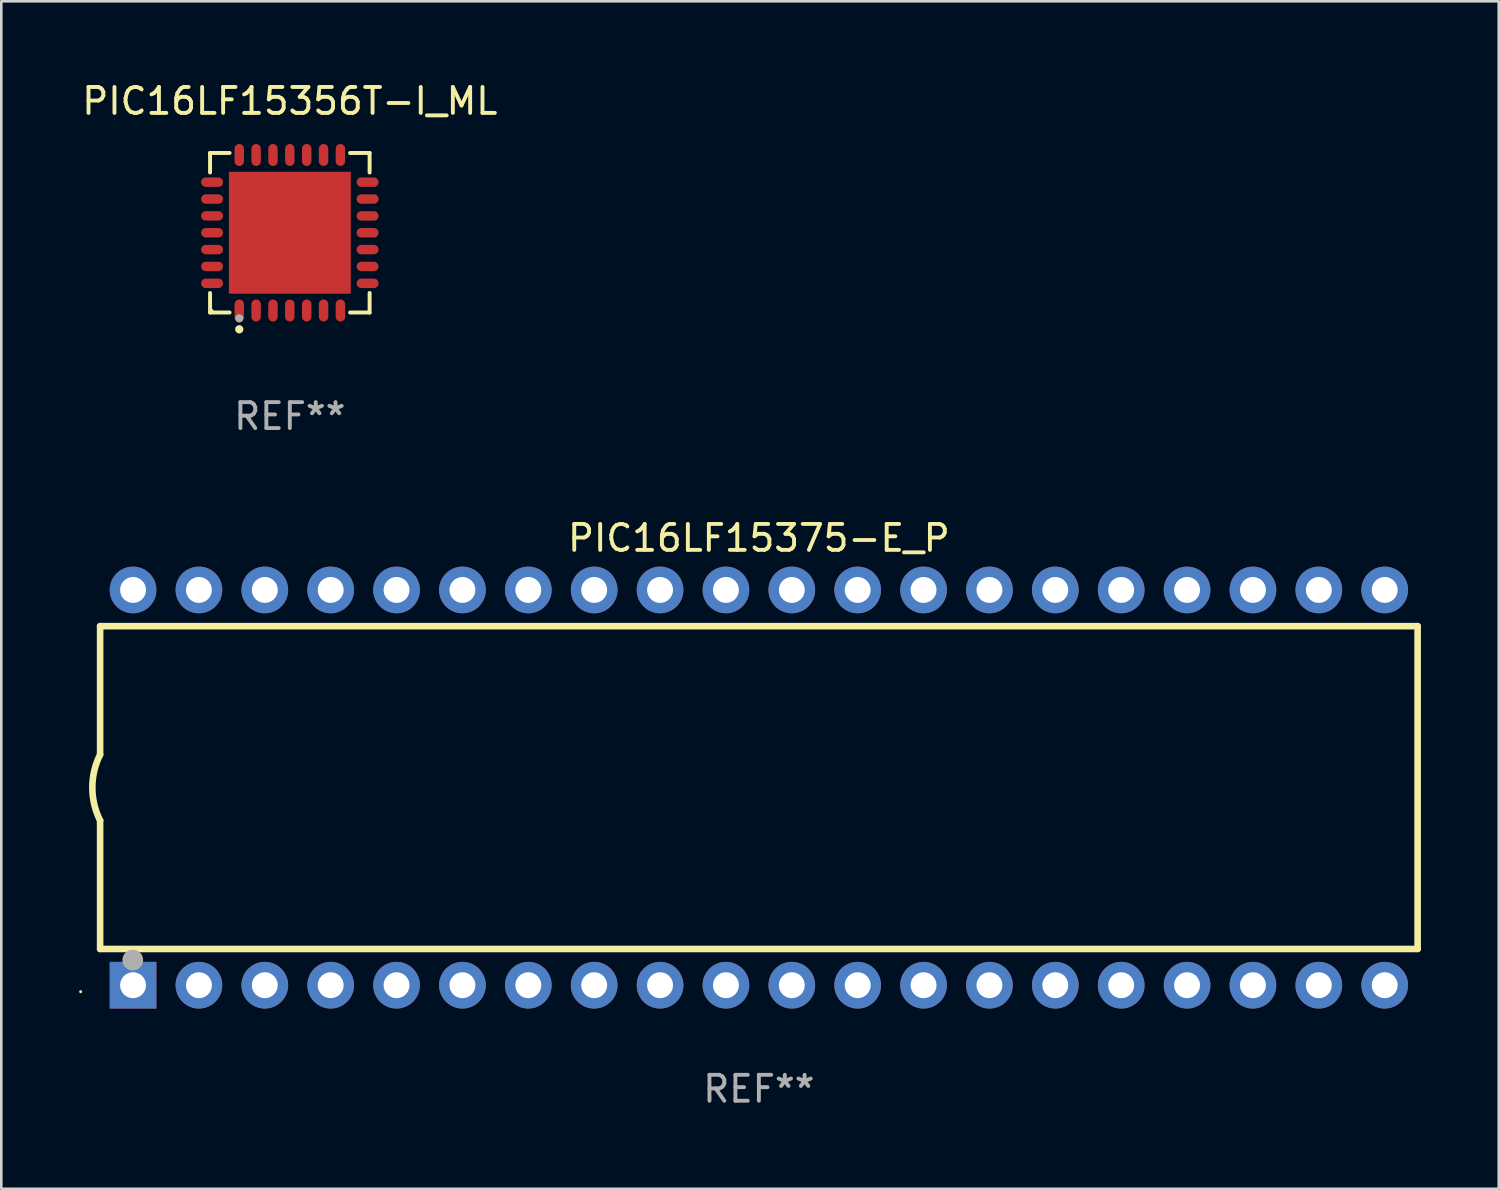
<source format=kicad_pcb>
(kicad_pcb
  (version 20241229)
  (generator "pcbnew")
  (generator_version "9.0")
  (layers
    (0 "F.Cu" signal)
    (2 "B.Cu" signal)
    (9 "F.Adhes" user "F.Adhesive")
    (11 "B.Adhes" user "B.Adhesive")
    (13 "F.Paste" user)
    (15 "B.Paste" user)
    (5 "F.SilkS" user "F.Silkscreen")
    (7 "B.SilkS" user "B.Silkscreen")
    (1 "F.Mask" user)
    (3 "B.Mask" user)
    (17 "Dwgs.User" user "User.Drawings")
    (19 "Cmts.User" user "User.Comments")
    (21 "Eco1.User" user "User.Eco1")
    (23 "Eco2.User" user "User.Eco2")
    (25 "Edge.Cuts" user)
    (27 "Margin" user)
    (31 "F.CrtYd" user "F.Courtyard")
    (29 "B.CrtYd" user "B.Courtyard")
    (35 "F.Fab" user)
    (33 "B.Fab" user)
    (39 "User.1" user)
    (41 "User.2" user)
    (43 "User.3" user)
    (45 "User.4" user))
  (footprint "PIC16LF15375-E_P"
    (layer "F.Cu")
    (at 26.21 27.317)
    (property "Reference" "PIC16LF15375-E_P" (at 0 -9.62 0) (layer "F.SilkS") (effects (font (size 1 1) (thickness 0.15))))
    (attr through_hole)
    (fp_line (start -25.4 -6.224) (end -25.4 -1.271) (stroke (width 0.254) (type solid)) (layer "F.SilkS"))
    (fp_line (start -25.4 -6.224) (end 25.4 -6.224) (stroke (width 0.254) (type solid)) (layer "F.SilkS"))
    (fp_line (start -25.4 1.269) (end -25.4 6.222) (stroke (width 0.254) (type solid)) (layer "F.SilkS"))
    (fp_line (start -25.4 6.222) (end 25.4 6.222) (stroke (width 0.254) (type solid)) (layer "F.SilkS"))
    (fp_line (start 25.4 6.222) (end 25.4 -6.224) (stroke (width 0.254) (type solid)) (layer "F.SilkS"))
    (fp_arc (start -25.4 1.269241) (mid -25.699807 -0.000762) (end -25.4 -1.270765) (stroke (width 0.254001) (type solid)) (layer "F.SilkS"))
    (fp_circle (center -26.15 7.87) (end -26.12 7.87) (stroke (width 0.06) (type solid)) (fill no) (layer "F.SilkS"))
    (fp_circle (center -24.14 6.65) (end -23.94 6.65) (stroke (width 0.4) (type solid)) (fill no) (layer "F.Fab"))
    (fp_text user "REF**" (at 0 11.62 0) (layer "F.Fab") (effects (font (size 1 1) (thickness 0.15))))
    (pad "1" thru_hole rect (at -24.13 7.62 90) (size 1.8 1.8) (drill 1) (layers "*.Cu" "*.Mask"))
    (pad "2" thru_hole circle (at -21.59 7.62) (size 1.8 1.8) (drill 1) (layers "*.Cu" "*.Mask"))
    (pad "3" thru_hole circle (at -19.05 7.62) (size 1.8 1.8) (drill 1) (layers "*.Cu" "*.Mask"))
    (pad "4" thru_hole circle (at -16.51 7.62) (size 1.8 1.8) (drill 1) (layers "*.Cu" "*.Mask"))
    (pad "5" thru_hole circle (at -13.97 7.62) (size 1.8 1.8) (drill 1) (layers "*.Cu" "*.Mask"))
    (pad "6" thru_hole circle (at -11.43 7.62) (size 1.8 1.8) (drill 1) (layers "*.Cu" "*.Mask"))
    (pad "7" thru_hole circle (at -8.89 7.62) (size 1.8 1.8) (drill 1) (layers "*.Cu" "*.Mask"))
    (pad "8" thru_hole circle (at -6.35 7.62) (size 1.8 1.8) (drill 1) (layers "*.Cu" "*.Mask"))
    (pad "9" thru_hole circle (at -3.81 7.62) (size 1.8 1.8) (drill 1) (layers "*.Cu" "*.Mask"))
    (pad "10" thru_hole circle (at -1.27 7.62) (size 1.8 1.8) (drill 1) (layers "*.Cu" "*.Mask"))
    (pad "11" thru_hole circle (at 1.27 7.62) (size 1.8 1.8) (drill 1) (layers "*.Cu" "*.Mask"))
    (pad "12" thru_hole circle (at 3.81 7.62) (size 1.8 1.8) (drill 1) (layers "*.Cu" "*.Mask"))
    (pad "13" thru_hole circle (at 6.35 7.62) (size 1.8 1.8) (drill 1) (layers "*.Cu" "*.Mask"))
    (pad "14" thru_hole circle (at 8.89 7.62) (size 1.8 1.8) (drill 1) (layers "*.Cu" "*.Mask"))
    (pad "15" thru_hole circle (at 11.43 7.62) (size 1.8 1.8) (drill 1) (layers "*.Cu" "*.Mask"))
    (pad "16" thru_hole circle (at 13.97 7.62) (size 1.8 1.8) (drill 1) (layers "*.Cu" "*.Mask"))
    (pad "17" thru_hole circle (at 16.51 7.62) (size 1.8 1.8) (drill 1) (layers "*.Cu" "*.Mask"))
    (pad "18" thru_hole circle (at 19.05 7.62) (size 1.8 1.8) (drill 1) (layers "*.Cu" "*.Mask"))
    (pad "19" thru_hole circle (at 21.59 7.62) (size 1.8 1.8) (drill 1) (layers "*.Cu" "*.Mask"))
    (pad "20" thru_hole circle (at 24.13 7.62) (size 1.8 1.8) (drill 1) (layers "*.Cu" "*.Mask"))
    (pad "21" thru_hole circle (at 24.13 -7.62) (size 1.8 1.8) (drill 1) (layers "*.Cu" "*.Mask"))
    (pad "22" thru_hole circle (at 21.59 -7.62) (size 1.8 1.8) (drill 1) (layers "*.Cu" "*.Mask"))
    (pad "23" thru_hole circle (at 19.05 -7.62) (size 1.8 1.8) (drill 1) (layers "*.Cu" "*.Mask"))
    (pad "24" thru_hole circle (at 16.51 -7.62) (size 1.8 1.8) (drill 1) (layers "*.Cu" "*.Mask"))
    (pad "25" thru_hole circle (at 13.97 -7.62) (size 1.8 1.8) (drill 1) (layers "*.Cu" "*.Mask"))
    (pad "26" thru_hole circle (at 11.43 -7.62) (size 1.8 1.8) (drill 1) (layers "*.Cu" "*.Mask"))
    (pad "27" thru_hole circle (at 8.89 -7.62) (size 1.8 1.8) (drill 1) (layers "*.Cu" "*.Mask"))
    (pad "28" thru_hole circle (at 6.35 -7.62) (size 1.8 1.8) (drill 1) (layers "*.Cu" "*.Mask"))
    (pad "29" thru_hole circle (at 3.81 -7.62) (size 1.8 1.8) (drill 1) (layers "*.Cu" "*.Mask"))
    (pad "30" thru_hole circle (at 1.27 -7.62) (size 1.8 1.8) (drill 1) (layers "*.Cu" "*.Mask"))
    (pad "31" thru_hole circle (at -1.27 -7.62) (size 1.8 1.8) (drill 1) (layers "*.Cu" "*.Mask"))
    (pad "32" thru_hole circle (at -3.81 -7.62) (size 1.8 1.8) (drill 1) (layers "*.Cu" "*.Mask"))
    (pad "33" thru_hole circle (at -6.35 -7.62) (size 1.8 1.8) (drill 1) (layers "*.Cu" "*.Mask"))
    (pad "34" thru_hole circle (at -8.89 -7.62) (size 1.8 1.8) (drill 1) (layers "*.Cu" "*.Mask"))
    (pad "35" thru_hole circle (at -11.43 -7.62) (size 1.8 1.8) (drill 1) (layers "*.Cu" "*.Mask"))
    (pad "36" thru_hole circle (at -13.97 -7.62) (size 1.8 1.8) (drill 1) (layers "*.Cu" "*.Mask"))
    (pad "37" thru_hole circle (at -16.51 -7.62) (size 1.8 1.8) (drill 1) (layers "*.Cu" "*.Mask"))
    (pad "38" thru_hole circle (at -19.05 -7.62) (size 1.8 1.8) (drill 1) (layers "*.Cu" "*.Mask"))
    (pad "39" thru_hole circle (at -21.59 -7.62) (size 1.8 1.8) (drill 1) (layers "*.Cu" "*.Mask"))
    (pad "40" thru_hole circle (at -24.13 -7.62) (size 1.8 1.8) (drill 1) (layers "*.Cu" "*.Mask")))
  (footprint "PIC16LF15356T-I_ML"
    (layer "F.Cu")
    (at 8.125 5.924)
    (property "Reference" "PIC16LF15356T-I_ML" (at 0 -5.076 0) (layer "F.SilkS") (effects (font (size 1 1) (thickness 0.15))))
    (attr through_hole)
    (fp_line (start -3.076 -3.076) (end -2.323 -3.076) (stroke (width 0.152) (type solid)) (layer "F.SilkS"))
    (fp_line (start -3.076 -2.323) (end -3.076 -3.076) (stroke (width 0.152) (type solid)) (layer "F.SilkS"))
    (fp_line (start -3.076 2.323) (end -3.076 3.076) (stroke (width 0.152) (type solid)) (layer "F.SilkS"))
    (fp_line (start -3.076 3.076) (end -2.323 3.076) (stroke (width 0.152) (type solid)) (layer "F.SilkS"))
    (fp_line (start 3.076 -3.076) (end 2.323 -3.076) (stroke (width 0.152) (type solid)) (layer "F.SilkS"))
    (fp_line (start 3.076 -2.323) (end 3.076 -3.076) (stroke (width 0.152) (type solid)) (layer "F.SilkS"))
    (fp_line (start 3.076 2.323) (end 3.076 3.076) (stroke (width 0.152) (type solid)) (layer "F.SilkS"))
    (fp_line (start 3.076 3.076) (end 2.323 3.076) (stroke (width 0.152) (type solid)) (layer "F.SilkS"))
    (fp_circle (center -3 3) (end -2.97 3) (stroke (width 0.06) (type solid)) (fill no) (layer "F.SilkS"))
    (fp_circle (center -1.95 3.722) (end -1.87 3.722) (stroke (width 0.16) (type solid)) (fill no) (layer "F.SilkS"))
    (fp_circle (center -1.95 3.3) (end -1.87 3.3) (stroke (width 0.16) (type solid)) (fill no) (layer "F.Fab"))
    (fp_text user "REF**" (at 0 7.076 0) (layer "F.Fab") (effects (font (size 1 1) (thickness 0.15))))
    (pad "1" smd oval (at -1.95 2.998) (size 0.364 0.847) (layers "F.Cu" "F.Mask" "F.Paste"))
    (pad "2" smd oval (at -1.3 2.998) (size 0.364 0.847) (layers "F.Cu" "F.Mask" "F.Paste"))
    (pad "3" smd oval (at -0.65 2.998) (size 0.364 0.847) (layers "F.Cu" "F.Mask" "F.Paste"))
    (pad "4" smd oval (at 0 2.998) (size 0.364 0.847) (layers "F.Cu" "F.Mask" "F.Paste"))
    (pad "5" smd oval (at 0.65 2.998) (size 0.364 0.847) (layers "F.Cu" "F.Mask" "F.Paste"))
    (pad "6" smd oval (at 1.3 2.998) (size 0.364 0.847) (layers "F.Cu" "F.Mask" "F.Paste"))
    (pad "7" smd oval (at 1.95 2.998) (size 0.364 0.847) (layers "F.Cu" "F.Mask" "F.Paste"))
    (pad "8" smd oval (at 2.998 1.95) (size 0.847 0.364) (layers "F.Cu" "F.Mask" "F.Paste"))
    (pad "9" smd oval (at 2.998 1.3) (size 0.847 0.364) (layers "F.Cu" "F.Mask" "F.Paste"))
    (pad "10" smd oval (at 2.998 0.65) (size 0.847 0.364) (layers "F.Cu" "F.Mask" "F.Paste"))
    (pad "11" smd oval (at 2.998 0) (size 0.847 0.364) (layers "F.Cu" "F.Mask" "F.Paste"))
    (pad "12" smd oval (at 2.998 -0.65) (size 0.847 0.364) (layers "F.Cu" "F.Mask" "F.Paste"))
    (pad "13" smd oval (at 2.998 -1.3) (size 0.847 0.364) (layers "F.Cu" "F.Mask" "F.Paste"))
    (pad "14" smd oval (at 2.998 -1.95) (size 0.847 0.364) (layers "F.Cu" "F.Mask" "F.Paste"))
    (pad "15" smd oval (at 1.95 -2.998) (size 0.364 0.847) (layers "F.Cu" "F.Mask" "F.Paste"))
    (pad "16" smd oval (at 1.3 -2.998) (size 0.364 0.847) (layers "F.Cu" "F.Mask" "F.Paste"))
    (pad "17" smd oval (at 0.65 -2.998) (size 0.364 0.847) (layers "F.Cu" "F.Mask" "F.Paste"))
    (pad "18" smd oval (at 0 -2.998) (size 0.364 0.847) (layers "F.Cu" "F.Mask" "F.Paste"))
    (pad "19" smd oval (at -0.65 -2.998) (size 0.364 0.847) (layers "F.Cu" "F.Mask" "F.Paste"))
    (pad "20" smd oval (at -1.3 -2.998) (size 0.364 0.847) (layers "F.Cu" "F.Mask" "F.Paste"))
    (pad "21" smd oval (at -1.95 -2.998) (size 0.364 0.847) (layers "F.Cu" "F.Mask" "F.Paste"))
    (pad "22" smd oval (at -2.998 -1.95) (size 0.847 0.364) (layers "F.Cu" "F.Mask" "F.Paste"))
    (pad "23" smd oval (at -2.998 -1.3) (size 0.847 0.364) (layers "F.Cu" "F.Mask" "F.Paste"))
    (pad "24" smd oval (at -2.998 -0.65) (size 0.847 0.364) (layers "F.Cu" "F.Mask" "F.Paste"))
    (pad "25" smd oval (at -2.998 0) (size 0.847 0.364) (layers "F.Cu" "F.Mask" "F.Paste"))
    (pad "26" smd oval (at -2.998 0.65) (size 0.847 0.364) (layers "F.Cu" "F.Mask" "F.Paste"))
    (pad "27" smd oval (at -2.998 1.3) (size 0.847 0.364) (layers "F.Cu" "F.Mask" "F.Paste"))
    (pad "28" smd oval (at -2.998 1.95) (size 0.847 0.364) (layers "F.Cu" "F.Mask" "F.Paste"))
    (pad "29" smd rect (at 0 0) (size 4.7 4.7) (layers "F.Cu" "F.Mask" "F.Paste")))
  (gr_rect
    (start -3 -3)
    (end 54.737 42.785)
    (stroke (width 0.1) (type default))
    (fill no)
    (layer "Edge.Cuts")))
</source>
